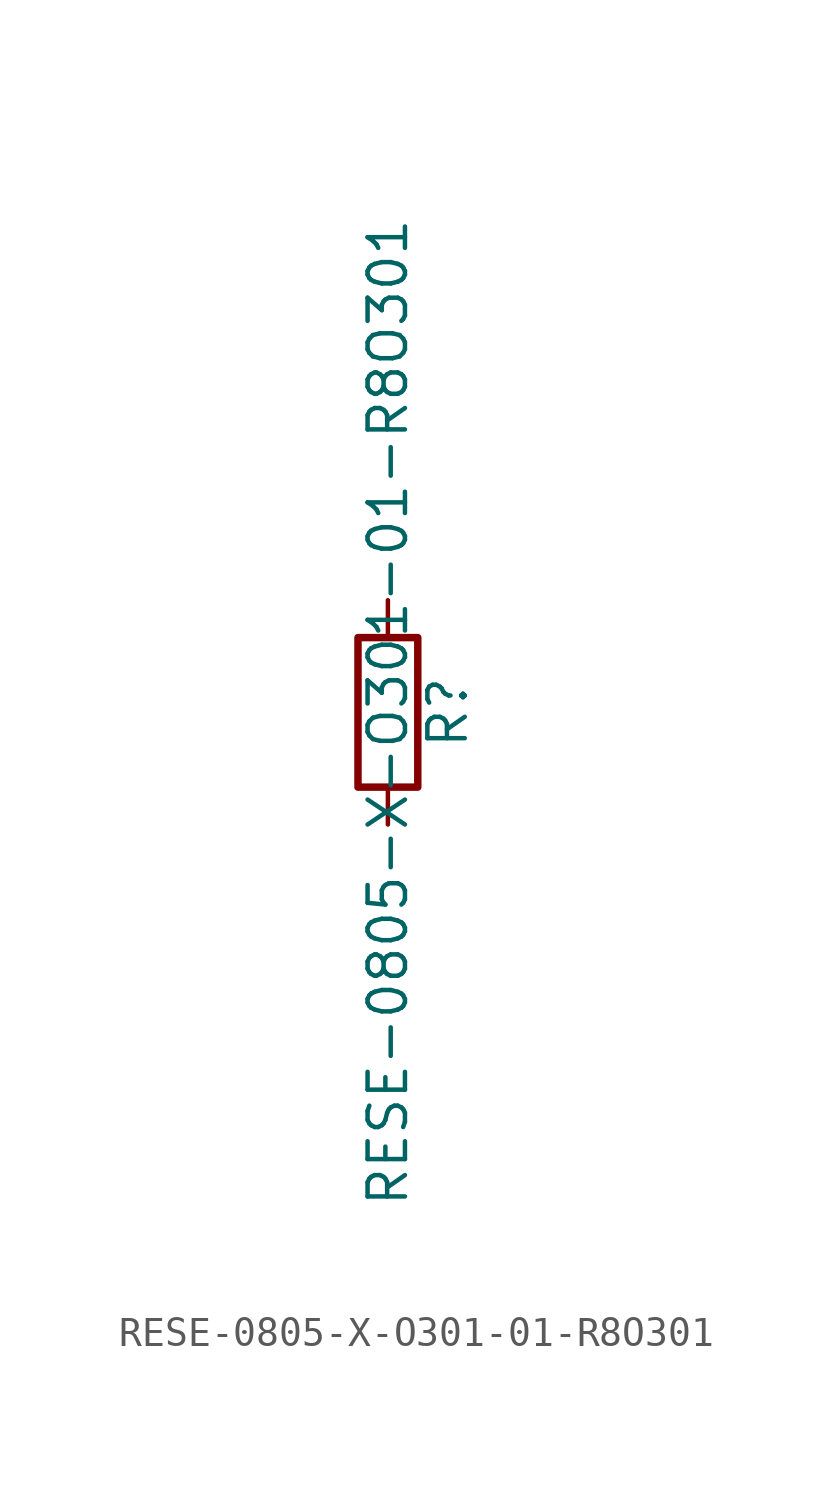
<source format=kicad_sym>
(kicad_symbol_lib
  (version 20211014)
  (generator kicad_symbol_editor)
  (symbol "RESE-0805-X-O301-01-R8O301"
    (pin_numbers hide)
    (pin_names
      (offset 0))
    (property "Reference" "R"
      (at 2.032 0 90)
      (effects (font (size 1.27 1.27))))
    (property "Value" "RESE-0805-X-O301-01-R8O301"
      (at 0 0 90)
      (effects (font (size 1.27 1.27))))
    (symbol "RESE-0805-X-O301-01-R8O301_0_1"
      (rectangle (start -1.016 -2.54) (end 1.016 2.54) (stroke (width 0.254) (type default) (color 0 0 0 0)) (fill (type none))))
    (symbol "RESE-0805-X-O301-01-R8O301_1_1"
      (pin passive line (at 0 3.81 270) (length 1.27) (name "~" (effects (font (size 1.27 1.27)))) (number "1" (effects (font (size 1.27 1.27)))))
      (pin passive line (at 0 -3.81 90) (length 1.27) (name "~" (effects (font (size 1.27 1.27)))) (number "2" (effects (font (size 1.27 1.27))))))))
</source>
